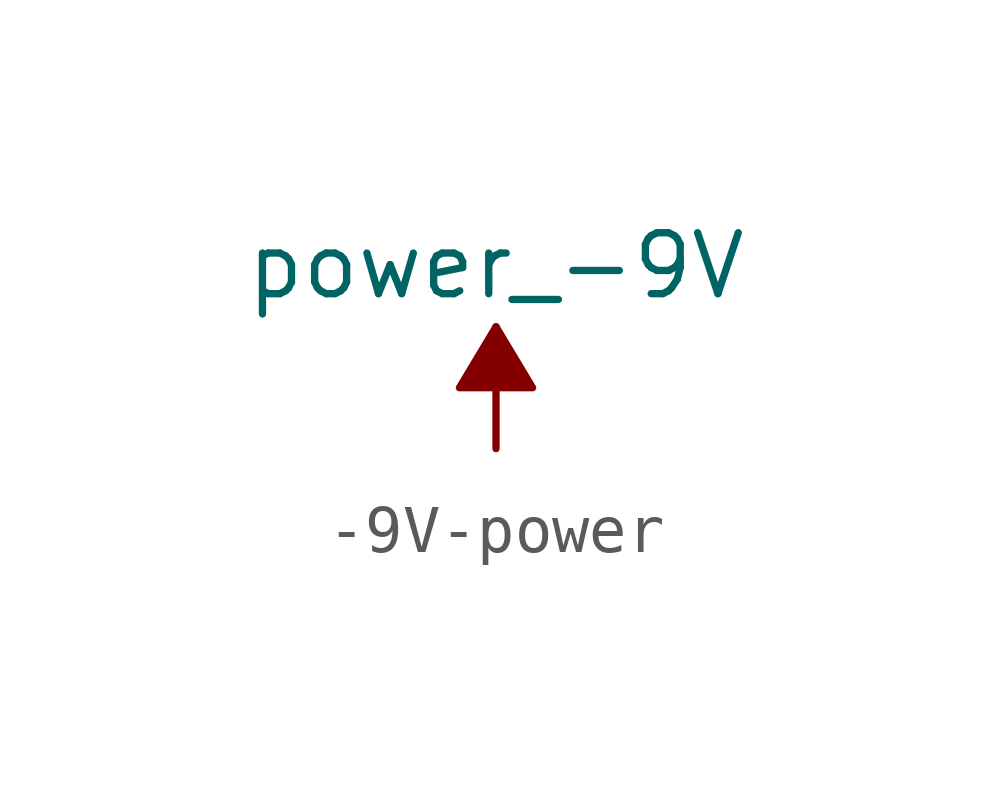
<source format=kicad_sym>
(kicad_symbol_lib
  (version 20231120)
  (generator "kicad_symbol_editor")
  (generator_version "8.0")
  (symbol "-9V-power"
    (power)
    (pin_names
      (offset 0))
    (property "Reference" "#PWR"
      (at 0 -3.175 0)
      (effects (font (size 1.27 1.27)) (hide yes)))
    (property "Value" "power_-9V"
      (at 0 3.81 0)
      (effects (font (size 1.27 1.27))))
    (symbol "-9V-power_0_1"
      (polyline (pts (xy 0 0) (xy 0 2.54)) (stroke (width 0) (type solid)) (fill (type none)))
      (polyline (pts (xy 0.762 1.27) (xy -0.762 1.27) (xy 0 2.54) (xy 0.762 1.27)) (stroke (width 0) (type solid)) (fill (type outline))))
    (symbol "-9V-power_1_1"
      (pin power_in line (at 0 0 90) (length 0) hide (name "-9V" (effects (font (size 1.27 1.27)))) (number "1" (effects (font (size 1.27 1.27))))))))
</source>
